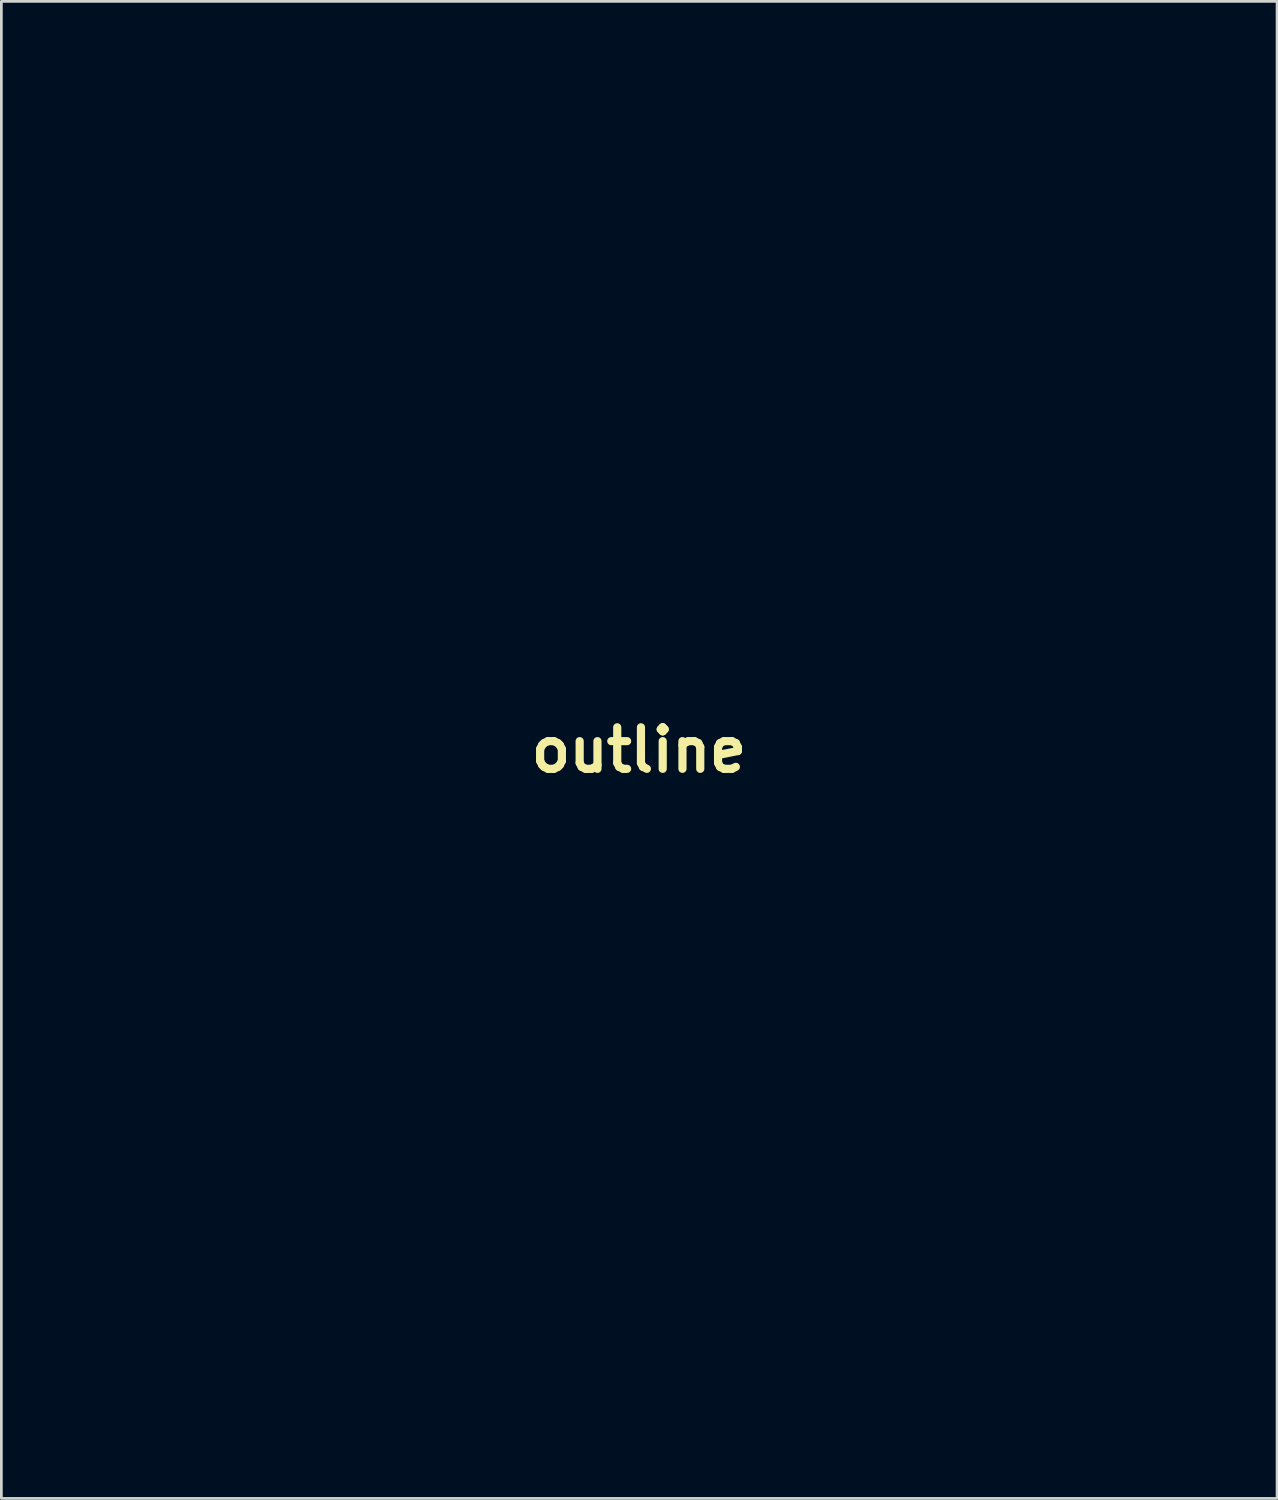
<source format=kicad_pcb>
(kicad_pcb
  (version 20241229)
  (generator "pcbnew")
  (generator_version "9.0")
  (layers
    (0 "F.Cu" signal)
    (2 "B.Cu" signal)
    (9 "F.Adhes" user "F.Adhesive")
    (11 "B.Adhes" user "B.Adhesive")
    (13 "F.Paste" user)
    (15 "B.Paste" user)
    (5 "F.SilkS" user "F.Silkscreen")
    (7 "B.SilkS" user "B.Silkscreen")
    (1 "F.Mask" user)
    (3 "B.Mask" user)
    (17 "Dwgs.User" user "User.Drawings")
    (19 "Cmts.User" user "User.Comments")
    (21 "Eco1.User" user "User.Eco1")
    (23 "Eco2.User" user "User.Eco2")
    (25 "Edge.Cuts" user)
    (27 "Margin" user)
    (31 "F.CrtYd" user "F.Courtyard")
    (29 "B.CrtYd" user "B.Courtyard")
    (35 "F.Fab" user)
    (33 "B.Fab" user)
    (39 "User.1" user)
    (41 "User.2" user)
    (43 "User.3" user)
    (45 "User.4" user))
  (footprint "outline"
    (layer "F.Cu")
    (at 20.406 24.483)
    (property "Reference" "outline" (at 0 0 0) (layer "F.SilkS") (effects (font (size 1.524 1.524) (thickness 0.3))))
    (attr through_hole)
    (fp_poly (pts (xy -19.652 -24.473) (xy -19.604 -24.458) (xy -19.527 -24.431) (xy -19.419 -24.395) (xy -19.283 -24.349) (xy -19.12 -24.294) (xy -18.93 -24.229) (xy -18.713 -24.155) (xy -18.472 -24.073) (xy -18.206 -23.982) (xy -17.917 -23.884) (xy -17.605 -23.777) (xy -17.272 -23.663) (xy -16.918 -23.542) (xy -16.544 -23.415) (xy -16.151 -23.28) (xy -15.739 -23.14) (xy -15.311 -22.993) (xy -14.866 -22.841) (xy -14.405 -22.683) (xy -13.93 -22.521) (xy -13.441 -22.354) (xy -12.939 -22.182) (xy -12.425 -22.006) (xy -11.899 -21.826) (xy -11.364 -21.642) (xy -10.818 -21.456) (xy -10.264 -21.266) (xy -9.835 -21.119) (xy -9.275 -20.927) (xy -8.723 -20.738) (xy -8.179 -20.552) (xy -7.645 -20.369) (xy -7.122 -20.19) (xy -6.61 -20.015) (xy -6.111 -19.844) (xy -5.624 -19.677) (xy -5.152 -19.516) (xy -4.695 -19.359) (xy -4.253 -19.208) (xy -3.828 -19.063) (xy -3.42 -18.924) (xy -3.03 -18.791) (xy -2.66 -18.664) (xy -2.31 -18.545) (xy -1.981 -18.432) (xy -1.674 -18.328) (xy -1.389 -18.231) (xy -1.128 -18.142) (xy -0.892 -18.061) (xy -0.681 -17.989) (xy -0.496 -17.926) (xy -0.338 -17.873) (xy -0.207 -17.829) (xy -0.106 -17.795) (xy -0.034 -17.771) (xy 0.007 -17.757) (xy 0.017 -17.754) (xy 0.034 -17.76) (xy 0.083 -17.776) (xy 0.162 -17.803) (xy 0.27 -17.84) (xy 0.407 -17.886) (xy 0.571 -17.942) (xy 0.763 -18.007) (xy 0.98 -18.081) (xy 1.223 -18.164) (xy 1.489 -18.255) (xy 1.78 -18.354) (xy 2.092 -18.461) (xy 2.426 -18.575) (xy 2.781 -18.697) (xy 3.156 -18.825) (xy 3.55 -18.96) (xy 3.962 -19.101) (xy 4.391 -19.247) (xy 4.837 -19.4) (xy 5.298 -19.558) (xy 5.773 -19.721) (xy 6.263 -19.888) (xy 6.766 -20.06) (xy 7.28 -20.236) (xy 7.806 -20.416) (xy 8.342 -20.6) (xy 8.887 -20.787) (xy 9.441 -20.977) (xy 9.861 -21.12) (xy 10.42 -21.312) (xy 10.972 -21.501) (xy 11.515 -21.687) (xy 12.048 -21.87) (xy 12.571 -22.049) (xy 13.082 -22.224) (xy 13.581 -22.394) (xy 14.067 -22.561) (xy 14.538 -22.722) (xy 14.995 -22.878) (xy 15.436 -23.029) (xy 15.86 -23.174) (xy 16.267 -23.313) (xy 16.655 -23.446) (xy 17.024 -23.572) (xy 17.373 -23.691) (xy 17.701 -23.803) (xy 18.008 -23.908) (xy 18.291 -24.005) (xy 18.551 -24.093) (xy 18.786 -24.173) (xy 18.996 -24.245) (xy 19.18 -24.307) (xy 19.337 -24.361) (xy 19.466 -24.404) (xy 19.566 -24.438) (xy 19.636 -24.462) (xy 19.676 -24.475) (xy 19.685 -24.478) (xy 19.677 -24.463) (xy 19.65 -24.422) (xy 19.605 -24.354) (xy 19.544 -24.261) (xy 19.467 -24.144) (xy 19.374 -24.004) (xy 19.266 -23.841) (xy 19.144 -23.657) (xy 19.009 -23.454) (xy 18.861 -23.231) (xy 18.701 -22.989) (xy 18.529 -22.731) (xy 18.347 -22.457) (xy 18.154 -22.167) (xy 17.952 -21.863) (xy 17.741 -21.546) (xy 17.522 -21.217) (xy 17.295 -20.877) (xy 17.062 -20.526) (xy 16.822 -20.167) (xy 16.577 -19.799) (xy 16.353 -19.463) (xy 13.013 -14.454) (xy 13.87 -10.976) (xy 13.953 -10.64) (xy 14.033 -10.312) (xy 14.111 -9.995) (xy 14.187 -9.689) (xy 14.259 -9.397) (xy 14.327 -9.12) (xy 14.392 -8.858) (xy 14.452 -8.615) (xy 14.507 -8.391) (xy 14.557 -8.188) (xy 14.602 -8.007) (xy 14.641 -7.85) (xy 14.673 -7.718) (xy 14.699 -7.614) (xy 14.718 -7.538) (xy 14.729 -7.492) (xy 14.733 -7.478) (xy 14.722 -7.462) (xy 14.689 -7.427) (xy 14.636 -7.373) (xy 14.565 -7.305) (xy 14.479 -7.223) (xy 14.381 -7.131) (xy 14.273 -7.031) (xy 14.207 -6.971) (xy 14.094 -6.867) (xy 13.99 -6.771) (xy 13.896 -6.684) (xy 13.815 -6.609) (xy 13.75 -6.548) (xy 13.704 -6.504) (xy 13.679 -6.479) (xy 13.675 -6.474) (xy 13.685 -6.46) (xy 13.713 -6.419) (xy 13.761 -6.353) (xy 13.826 -6.262) (xy 13.907 -6.147) (xy 14.006 -6.011) (xy 14.119 -5.852) (xy 14.247 -5.674) (xy 14.39 -5.475) (xy 14.546 -5.258) (xy 14.714 -5.024) (xy 14.894 -4.773) (xy 15.086 -4.507) (xy 15.288 -4.226) (xy 15.499 -3.932) (xy 15.72 -3.625) (xy 15.949 -3.307) (xy 16.185 -2.978) (xy 16.429 -2.64) (xy 16.678 -2.293) (xy 16.933 -1.939) (xy 17.047 -1.782) (xy 17.304 -1.424) (xy 17.556 -1.074) (xy 17.802 -0.732) (xy 18.042 -0.398) (xy 18.274 -0.075) (xy 18.499 0.237) (xy 18.714 0.537) (xy 18.921 0.824) (xy 19.117 1.098) (xy 19.302 1.356) (xy 19.476 1.598) (xy 19.637 1.823) (xy 19.785 2.03) (xy 19.92 2.218) (xy 20.04 2.386) (xy 20.145 2.533) (xy 20.234 2.657) (xy 20.306 2.759) (xy 20.361 2.837) (xy 20.398 2.89) (xy 20.416 2.916) (xy 20.418 2.919) (xy 20.412 2.936) (xy 20.394 2.983) (xy 20.363 3.06) (xy 20.321 3.166) (xy 20.268 3.301) (xy 20.203 3.463) (xy 20.128 3.651) (xy 20.043 3.865) (xy 19.948 4.105) (xy 19.843 4.368) (xy 19.728 4.655) (xy 19.605 4.964) (xy 19.473 5.296) (xy 19.332 5.648) (xy 19.184 6.02) (xy 19.027 6.412) (xy 18.863 6.822) (xy 18.692 7.25) (xy 18.515 7.695) (xy 18.33 8.156) (xy 18.14 8.633) (xy 17.944 9.124) (xy 17.742 9.629) (xy 17.535 10.146) (xy 17.324 10.676) (xy 17.108 11.217) (xy 16.887 11.769) (xy 16.663 12.33) (xy 16.435 12.9) (xy 16.204 13.478) (xy 16.11 13.712) (xy 15.823 14.429) (xy 15.549 15.116) (xy 15.286 15.773) (xy 15.035 16.4) (xy 14.796 16.997) (xy 14.568 17.567) (xy 14.352 18.108) (xy 14.146 18.623) (xy 13.95 19.111) (xy 13.765 19.572) (xy 13.59 20.009) (xy 13.425 20.421) (xy 13.27 20.808) (xy 13.124 21.172) (xy 12.987 21.513) (xy 12.859 21.832) (xy 12.74 22.129) (xy 12.628 22.405) (xy 12.526 22.66) (xy 12.431 22.896) (xy 12.343 23.112) (xy 12.263 23.31) (xy 12.19 23.489) (xy 12.124 23.651) (xy 12.065 23.797) (xy 12.012 23.926) (xy 11.966 24.039) (xy 11.925 24.138) (xy 11.89 24.222) (xy 11.86 24.292) (xy 11.836 24.349) (xy 11.816 24.394) (xy 11.801 24.426) (xy 11.791 24.448) (xy 11.785 24.458) (xy 11.783 24.459) (xy 11.773 24.442) (xy 11.747 24.397) (xy 11.706 24.325) (xy 11.65 24.227) (xy 11.58 24.105) (xy 11.497 23.959) (xy 11.402 23.791) (xy 11.295 23.603) (xy 11.177 23.395) (xy 11.048 23.169) (xy 10.91 22.925) (xy 10.763 22.666) (xy 10.608 22.393) (xy 10.445 22.106) (xy 10.276 21.806) (xy 10.1 21.497) (xy 9.919 21.177) (xy 9.733 20.849) (xy 9.623 20.655) (xy 9.435 20.323) (xy 9.251 19.999) (xy 9.073 19.684) (xy 8.9 19.38) (xy 8.733 19.086) (xy 8.574 18.806) (xy 8.423 18.54) (xy 8.28 18.288) (xy 8.146 18.053) (xy 8.023 17.836) (xy 7.91 17.638) (xy 7.808 17.46) (xy 7.718 17.303) (xy 7.641 17.169) (xy 7.578 17.058) (xy 7.529 16.973) (xy 7.495 16.914) (xy 7.476 16.882) (xy 7.472 16.877) (xy 7.465 16.892) (xy 7.445 16.937) (xy 7.415 17.008) (xy 7.376 17.104) (xy 7.328 17.222) (xy 7.272 17.359) (xy 7.209 17.514) (xy 7.14 17.685) (xy 7.066 17.867) (xy 6.989 18.061) (xy 6.952 18.152) (xy 6.442 19.427) (xy 6.9 19.432) (xy 7.028 19.433) (xy 7.139 19.436) (xy 7.231 19.439) (xy 7.299 19.443) (xy 7.34 19.448) (xy 7.351 19.451) (xy 7.344 19.469) (xy 7.326 19.516) (xy 7.296 19.591) (xy 7.255 19.692) (xy 7.205 19.818) (xy 7.145 19.968) (xy 7.077 20.138) (xy 7.001 20.328) (xy 6.918 20.537) (xy 6.828 20.761) (xy 6.732 21) (xy 6.631 21.253) (xy 6.526 21.516) (xy 6.417 21.789) (xy 6.346 21.967) (xy 5.346 24.468) (xy 3.635 24.464) (xy 1.925 24.46) (xy 0.975 22.083) (xy 0.867 21.812) (xy 0.762 21.55) (xy 0.661 21.299) (xy 0.564 21.059) (xy 0.473 20.833) (xy 0.388 20.623) (xy 0.31 20.43) (xy 0.239 20.256) (xy 0.176 20.103) (xy 0.122 19.972) (xy 0.078 19.866) (xy 0.044 19.785) (xy 0.021 19.732) (xy 0.009 19.708) (xy 0.008 19.707) (xy 0.000362 19.723) (xy -0.02 19.768) (xy -0.051 19.841) (xy -0.092 19.941) (xy -0.143 20.065) (xy -0.204 20.212) (xy -0.272 20.38) (xy -0.349 20.568) (xy -0.432 20.774) (xy -0.522 20.995) (xy -0.617 21.231) (xy -0.717 21.48) (xy -0.821 21.739) (xy -0.928 22.008) (xy -0.958 22.083) (xy -1.908 24.46) (xy -3.619 24.464) (xy -5.329 24.468) (xy -6.329 21.967) (xy -6.44 21.689) (xy -6.548 21.419) (xy -6.652 21.16) (xy -6.751 20.912) (xy -6.844 20.678) (xy -6.932 20.459) (xy -7.012 20.257) (xy -7.086 20.074) (xy -7.151 19.911) (xy -7.207 19.77) (xy -7.254 19.652) (xy -7.291 19.56) (xy -7.317 19.495) (xy -7.331 19.459) (xy -7.334 19.451) (xy -7.319 19.447) (xy -7.274 19.443) (xy -7.203 19.439) (xy -7.108 19.436) (xy -6.994 19.433) (xy -6.883 19.432) (xy -6.425 19.427) (xy -6.935 18.152) (xy -7.014 17.955) (xy -7.09 17.767) (xy -7.161 17.59) (xy -7.227 17.428) (xy -7.286 17.282) (xy -7.338 17.155) (xy -7.382 17.049) (xy -7.416 16.966) (xy -7.44 16.909) (xy -7.453 16.88) (xy -7.455 16.877) (xy -7.464 16.891) (xy -7.49 16.934) (xy -7.53 17.004) (xy -7.585 17.1) (xy -7.654 17.22) (xy -7.736 17.363) (xy -7.83 17.529) (xy -7.937 17.715) (xy -8.054 17.921) (xy -8.182 18.146) (xy -8.319 18.388) (xy -8.466 18.645) (xy -8.62 18.917) (xy -8.782 19.203) (xy -8.952 19.501) (xy -9.127 19.81) (xy -9.307 20.129) (xy -9.493 20.456) (xy -9.605 20.654) (xy -9.793 20.986) (xy -9.977 21.31) (xy -10.156 21.626) (xy -10.329 21.931) (xy -10.496 22.226) (xy -10.656 22.507) (xy -10.808 22.775) (xy -10.951 23.028) (xy -11.085 23.264) (xy -11.209 23.483) (xy -11.323 23.683) (xy -11.425 23.863) (xy -11.516 24.021) (xy -11.593 24.157) (xy -11.657 24.27) (xy -11.707 24.357) (xy -11.742 24.418) (xy -11.761 24.451) (xy -11.765 24.458) (xy -11.768 24.455) (xy -11.775 24.442) (xy -11.786 24.419) (xy -11.802 24.385) (xy -11.822 24.34) (xy -11.846 24.282) (xy -11.876 24.211) (xy -11.911 24.127) (xy -11.952 24.029) (xy -11.998 23.916) (xy -12.051 23.787) (xy -12.11 23.643) (xy -12.175 23.482) (xy -12.248 23.304) (xy -12.327 23.108) (xy -12.413 22.894) (xy -12.508 22.661) (xy -12.609 22.408) (xy -12.719 22.135) (xy -12.838 21.841) (xy -12.965 21.525) (xy -13.1 21.187) (xy -13.245 20.827) (xy -13.399 20.443) (xy -13.562 20.035) (xy -13.736 19.603) (xy -13.919 19.145) (xy -14.113 18.661) (xy -14.317 18.151) (xy -14.532 17.614) (xy -14.758 17.049) (xy -14.995 16.456) (xy -15.244 15.834) (xy -15.505 15.183) (xy -15.778 14.501) (xy -16.063 13.788) (xy -16.093 13.712) (xy -16.326 13.131) (xy -16.555 12.557) (xy -16.781 11.993) (xy -17.003 11.437) (xy -17.221 10.892) (xy -17.434 10.358) (xy -17.643 9.835) (xy -17.847 9.325) (xy -18.045 8.828) (xy -18.238 8.346) (xy -18.425 7.879) (xy -18.605 7.427) (xy -18.779 6.992) (xy -18.946 6.575) (xy -19.105 6.175) (xy -19.257 5.795) (xy -19.401 5.435) (xy -19.536 5.095) (xy -19.663 4.777) (xy -19.781 4.481) (xy -19.89 4.208) (xy -19.989 3.959) (xy -20.079 3.734) (xy -20.158 3.536) (xy -20.226 3.363) (xy -20.284 3.217) (xy -20.331 3.1) (xy -20.366 3.011) (xy -20.389 2.952) (xy -20.4 2.923) (xy -20.401 2.92) (xy -20.392 2.905) (xy -20.363 2.863) (xy -20.315 2.796) (xy -20.25 2.705) (xy -20.169 2.59) (xy -20.071 2.452) (xy -19.957 2.293) (xy -19.829 2.114) (xy -19.686 1.915) (xy -19.53 1.697) (xy -19.362 1.463) (xy -19.182 1.211) (xy -18.99 0.944) (xy -18.788 0.663) (xy -18.577 0.368) (xy -18.356 0.061) (xy -18.127 -0.257) (xy -17.89 -0.586) (xy -17.647 -0.925) (xy -17.397 -1.272) (xy -17.142 -1.626) (xy -17.03 -1.782) (xy -16.772 -2.139) (xy -16.52 -2.489) (xy -16.274 -2.831) (xy -16.034 -3.164) (xy -15.802 -3.487) (xy -15.578 -3.799) (xy -15.362 -4.099) (xy -15.156 -4.386) (xy -14.96 -4.659) (xy -14.774 -4.916) (xy -14.601 -5.158) (xy -14.439 -5.383) (xy -14.291 -5.589) (xy -14.156 -5.777) (xy -14.036 -5.944) (xy -13.931 -6.09) (xy -13.842 -6.215) (xy -13.77 -6.316) (xy -13.715 -6.393) (xy -13.678 -6.445) (xy -13.66 -6.471) (xy -13.658 -6.474) (xy -13.67 -6.487) (xy -13.704 -6.521) (xy -13.759 -6.573) (xy -13.83 -6.64) (xy -13.917 -6.72) (xy -14.016 -6.811) (xy -14.124 -6.911) (xy -14.19 -6.971) (xy -14.303 -7.075) (xy -14.407 -7.172) (xy -14.5 -7.26) (xy -14.58 -7.336) (xy -14.644 -7.399) (xy -14.689 -7.445) (xy -14.713 -7.472) (xy -14.716 -7.478) (xy -14.711 -7.496) (xy -14.699 -7.546) (xy -14.679 -7.625) (xy -14.652 -7.733) (xy -14.619 -7.867) (xy -14.58 -8.027) (xy -14.534 -8.211) (xy -14.483 -8.416) (xy -14.428 -8.643) (xy -14.367 -8.888) (xy -14.302 -9.152) (xy -14.233 -9.431) (xy -14.161 -9.725) (xy -14.085 -10.032) (xy -14.007 -10.351) (xy -13.926 -10.679) (xy -13.853 -10.976) (xy -12.996 -14.454) (xy -16.336 -19.462) (xy -16.585 -19.837) (xy -16.83 -20.203) (xy -17.068 -20.562) (xy -17.301 -20.912) (xy -17.527 -21.251) (xy -17.745 -21.579) (xy -17.955 -21.894) (xy -18.157 -22.197) (xy -18.348 -22.485) (xy -18.53 -22.758) (xy -18.7 -23.015) (xy -18.859 -23.254) (xy -19.006 -23.475) (xy -19.14 -23.677) (xy -19.26 -23.859) (xy -19.367 -24.019) (xy -19.458 -24.157) (xy -19.534 -24.272) (xy -19.593 -24.362) (xy -19.636 -24.428) (xy -19.661 -24.467) (xy -19.668 -24.478) (xy -19.652 -24.473)) (stroke (width 0.01) (type solid)) (fill no) (layer "Eco1.User")))
  (gr_rect
    (start -3 -3)
    (end 43.83 51.956)
    (stroke (width 0.1) (type default))
    (fill no)
    (layer "Edge.Cuts")))
</source>
